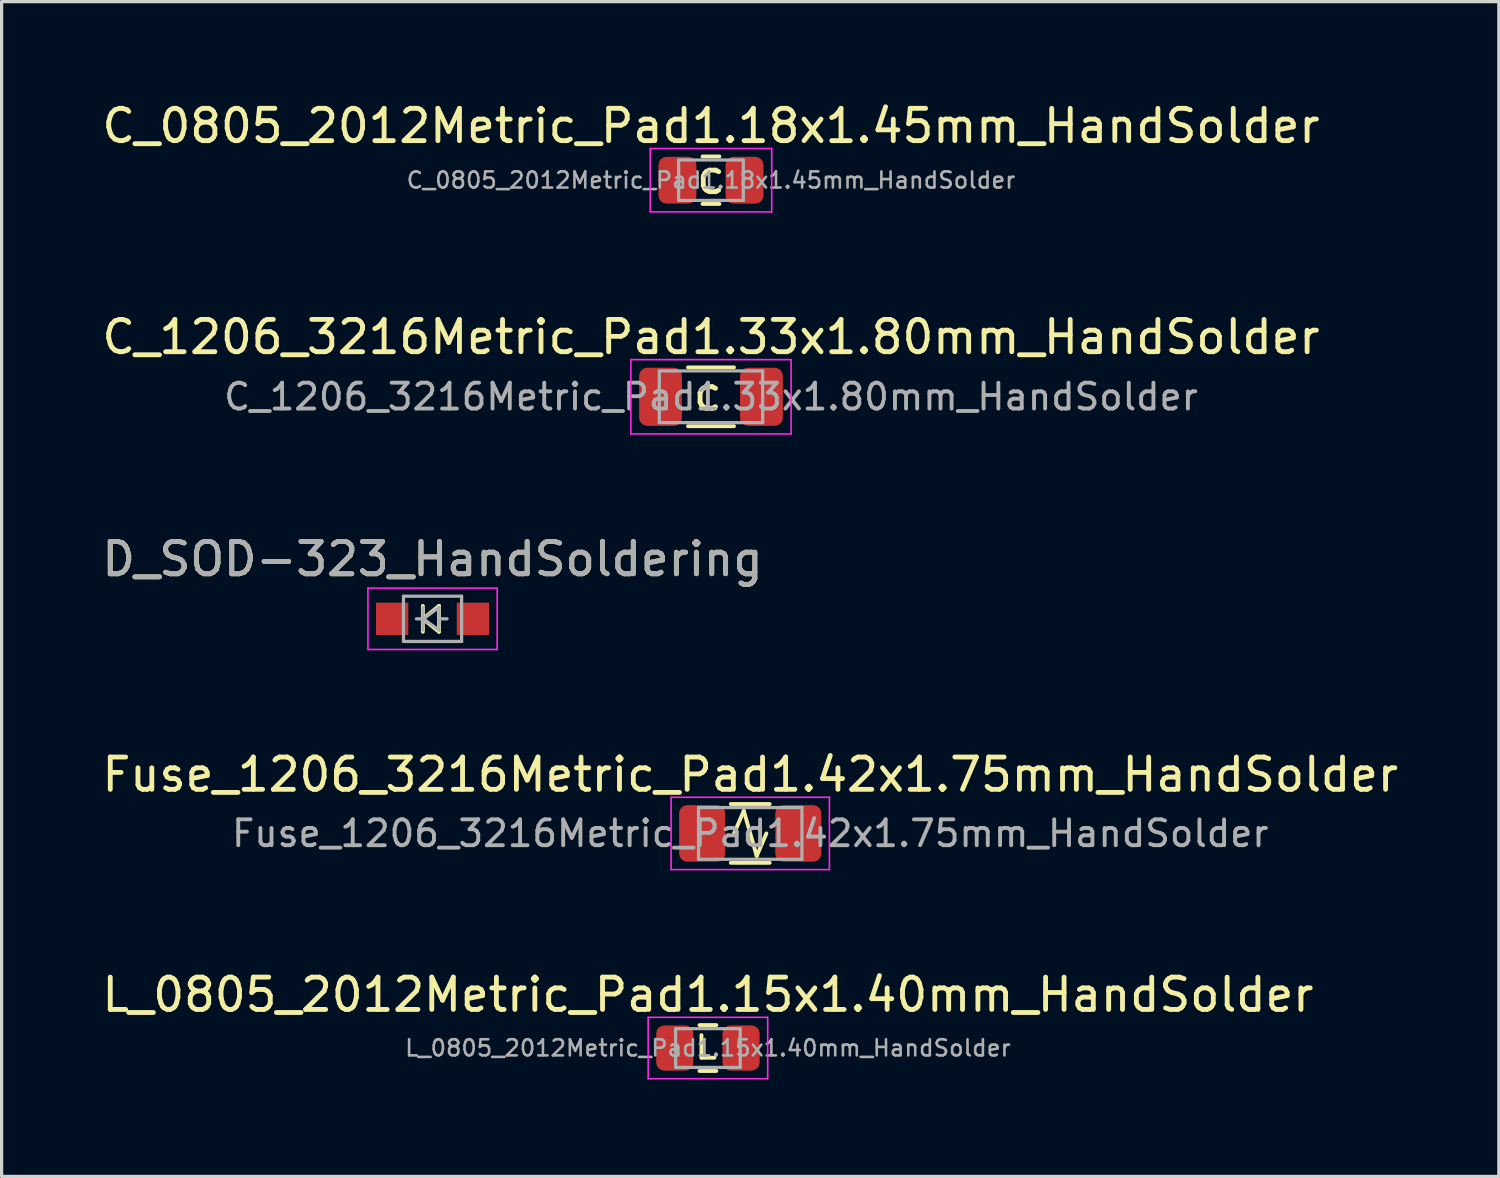
<source format=kicad_pcb>
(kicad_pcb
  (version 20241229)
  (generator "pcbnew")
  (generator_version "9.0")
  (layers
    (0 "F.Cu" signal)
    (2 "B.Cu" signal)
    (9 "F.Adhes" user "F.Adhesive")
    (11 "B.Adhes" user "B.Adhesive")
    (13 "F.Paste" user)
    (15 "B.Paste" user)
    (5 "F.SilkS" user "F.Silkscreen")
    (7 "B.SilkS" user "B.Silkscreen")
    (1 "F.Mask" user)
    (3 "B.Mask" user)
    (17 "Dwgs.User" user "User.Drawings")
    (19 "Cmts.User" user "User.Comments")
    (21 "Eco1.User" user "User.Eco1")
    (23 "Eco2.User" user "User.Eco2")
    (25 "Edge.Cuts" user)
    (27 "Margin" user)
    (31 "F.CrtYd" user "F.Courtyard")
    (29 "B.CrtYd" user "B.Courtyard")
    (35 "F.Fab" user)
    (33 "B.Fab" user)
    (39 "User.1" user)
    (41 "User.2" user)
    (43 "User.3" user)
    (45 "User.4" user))
  (footprint "D_SOD-323_HandSoldering"
    (layer "F.Cu")
    (at 10.339 16.105)
    (property "Reference" "D_SOD-323_HandSoldering" (at 0 -1.85 0) (layer "F.SilkS") (effects (font (size 1 1) (thickness 0.15))))
    (attr smd)
    (fp_line (start -0.3 0) (end -0.3 -0.4) (stroke (width 0.12) (type default)) (layer "F.SilkS"))
    (fp_line (start -0.3 0) (end -0.3 0.3) (stroke (width 0.12) (type default)) (layer "F.SilkS"))
    (fp_line (start -0.3 0) (end 0.2 -0.4) (stroke (width 0.12) (type default)) (layer "F.SilkS"))
    (fp_line (start -0.3 0.3) (end -0.3 0.4) (stroke (width 0.12) (type default)) (layer "F.SilkS"))
    (fp_line (start 0.2 -0.4) (end 0.2 0.4) (stroke (width 0.12) (type default)) (layer "F.SilkS"))
    (fp_line (start 0.2 0.4) (end -0.3 0) (stroke (width 0.12) (type default)) (layer "F.SilkS"))
    (fp_line (start -2 -0.95) (end -2 0.95) (stroke (width 0.05) (type solid)) (layer "F.CrtYd"))
    (fp_line (start -2 -0.95) (end 2 -0.95) (stroke (width 0.05) (type solid)) (layer "F.CrtYd"))
    (fp_line (start -2 0.95) (end 2 0.95) (stroke (width 0.05) (type solid)) (layer "F.CrtYd"))
    (fp_line (start 2 -0.95) (end 2 0.95) (stroke (width 0.05) (type solid)) (layer "F.CrtYd"))
    (fp_line (start -0.9 -0.7) (end 0.9 -0.7) (stroke (width 0.1) (type solid)) (layer "F.Fab"))
    (fp_line (start -0.9 0.7) (end -0.9 -0.7) (stroke (width 0.1) (type solid)) (layer "F.Fab"))
    (fp_line (start -0.3 -0.35) (end -0.3 0.35) (stroke (width 0.1) (type solid)) (layer "F.Fab"))
    (fp_line (start -0.3 0) (end -0.5 0) (stroke (width 0.1) (type solid)) (layer "F.Fab"))
    (fp_line (start -0.3 0) (end 0.2 -0.35) (stroke (width 0.1) (type solid)) (layer "F.Fab"))
    (fp_line (start 0.2 -0.35) (end 0.2 0.35) (stroke (width 0.1) (type solid)) (layer "F.Fab"))
    (fp_line (start 0.2 0) (end 0.45 0) (stroke (width 0.1) (type solid)) (layer "F.Fab"))
    (fp_line (start 0.2 0.35) (end -0.3 0) (stroke (width 0.1) (type solid)) (layer "F.Fab"))
    (fp_line (start 0.9 -0.7) (end 0.9 0.7) (stroke (width 0.1) (type solid)) (layer "F.Fab"))
    (fp_line (start 0.9 0.7) (end -0.9 0.7) (stroke (width 0.1) (type solid)) (layer "F.Fab"))
    (fp_text user "${REFERENCE}" (at 0 -1.85 0) (layer "F.Fab") (effects (font (size 1 1) (thickness 0.15))))
    (pad "1" smd rect (at -1.25 0) (size 1 1) (layers "F.Cu" "F.Mask" "F.Paste"))
    (pad "2" smd rect (at 1.25 0) (size 1 1) (layers "F.Cu" "F.Mask" "F.Paste")))
  (footprint "C_1206_3216Metric_Pad1.33x1.80mm_HandSolder"
    (layer "F.Cu")
    (at 18.958 9.232)
    (property "Reference" "C_1206_3216Metric_Pad1.33x1.80mm_HandSolder" (at 0 -1.85 0) (layer "F.SilkS") (effects (font (size 1 1) (thickness 0.15))))
    (attr smd)
    (fp_line (start -0.711 -0.91) (end 0.711 -0.91) (stroke (width 0.12) (type solid)) (layer "F.SilkS"))
    (fp_line (start -0.711 0.91) (end 0.711 0.91) (stroke (width 0.12) (type solid)) (layer "F.SilkS"))
    (fp_line (start -2.48 -1.15) (end 2.48 -1.15) (stroke (width 0.05) (type solid)) (layer "F.CrtYd"))
    (fp_line (start -2.48 1.15) (end -2.48 -1.15) (stroke (width 0.05) (type solid)) (layer "F.CrtYd"))
    (fp_line (start 2.48 -1.15) (end 2.48 1.15) (stroke (width 0.05) (type solid)) (layer "F.CrtYd"))
    (fp_line (start 2.48 1.15) (end -2.48 1.15) (stroke (width 0.05) (type solid)) (layer "F.CrtYd"))
    (fp_line (start -1.6 -0.8) (end 1.6 -0.8) (stroke (width 0.1) (type solid)) (layer "F.Fab"))
    (fp_line (start -1.6 0.8) (end -1.6 -0.8) (stroke (width 0.1) (type solid)) (layer "F.Fab"))
    (fp_line (start 1.6 -0.8) (end 1.6 0.8) (stroke (width 0.1) (type solid)) (layer "F.Fab"))
    (fp_line (start 1.6 0.8) (end -1.6 0.8) (stroke (width 0.1) (type solid)) (layer "F.Fab"))
    (fp_text user "c" (at -0.1 -0.1 0) (unlocked yes) (layer "F.SilkS") (effects (font (size 1 1) (thickness 0.15))))
    (fp_text user "${REFERENCE}" (at 0 0 0) (layer "F.Fab") (effects (font (size 0.8 0.8) (thickness 0.12))))
    (pad "1" smd roundrect (at -1.562 0) (size 1.325 1.8) (layers "F.Cu" "F.Mask" "F.Paste") (roundrect_rratio 0.189))
    (pad "2" smd roundrect (at 1.562 0) (size 1.325 1.8) (layers "F.Cu" "F.Mask" "F.Paste") (roundrect_rratio 0.189)))
  (footprint "L_0805_2012Metric_Pad1.15x1.40mm_HandSolder"
    (layer "F.Cu")
    (at 18.863 29.391)
    (property "Reference" "L_0805_2012Metric_Pad1.15x1.40mm_HandSolder" (at 0 -1.65 0) (layer "F.SilkS") (effects (font (size 1 1) (thickness 0.15))))
    (attr smd)
    (fp_line (start -0.261 -0.71) (end 0.261 -0.71) (stroke (width 0.12) (type solid)) (layer "F.SilkS"))
    (fp_line (start -0.261 0.71) (end 0.261 0.71) (stroke (width 0.12) (type solid)) (layer "F.SilkS"))
    (fp_line (start -0.2 -0.4) (end -0.2 0.3) (stroke (width 0.12) (type default)) (layer "F.SilkS"))
    (fp_line (start -0.2 0.3) (end 0.2 0.3) (stroke (width 0.12) (type default)) (layer "F.SilkS"))
    (fp_line (start -1.85 -0.95) (end 1.85 -0.95) (stroke (width 0.05) (type solid)) (layer "F.CrtYd"))
    (fp_line (start -1.85 0.95) (end -1.85 -0.95) (stroke (width 0.05) (type solid)) (layer "F.CrtYd"))
    (fp_line (start 1.85 -0.95) (end 1.85 0.95) (stroke (width 0.05) (type solid)) (layer "F.CrtYd"))
    (fp_line (start 1.85 0.95) (end -1.85 0.95) (stroke (width 0.05) (type solid)) (layer "F.CrtYd"))
    (fp_line (start -1 -0.6) (end 1 -0.6) (stroke (width 0.1) (type solid)) (layer "F.Fab"))
    (fp_line (start -1 0.6) (end -1 -0.6) (stroke (width 0.1) (type solid)) (layer "F.Fab"))
    (fp_line (start 1 -0.6) (end 1 0.6) (stroke (width 0.1) (type solid)) (layer "F.Fab"))
    (fp_line (start 1 0.6) (end -1 0.6) (stroke (width 0.1) (type solid)) (layer "F.Fab"))
    (fp_text user "${REFERENCE}" (at 0 0 0) (layer "F.Fab") (effects (font (size 0.5 0.5) (thickness 0.08))))
    (pad "1" smd roundrect (at -1.025 0) (size 1.15 1.4) (layers "F.Cu" "F.Mask" "F.Paste") (roundrect_rratio 0.217))
    (pad "2" smd roundrect (at 1.025 0) (size 1.15 1.4) (layers "F.Cu" "F.Mask" "F.Paste") (roundrect_rratio 0.217)))
  (footprint "C_0805_2012Metric_Pad1.18x1.45mm_HandSolder"
    (layer "F.Cu")
    (at 18.958 2.528)
    (property "Reference" "C_0805_2012Metric_Pad1.18x1.45mm_HandSolder" (at 0 -1.68 0) (layer "F.SilkS") (effects (font (size 1 1) (thickness 0.15))))
    (attr smd)
    (fp_line (start -0.261 -0.735) (end 0.261 -0.735) (stroke (width 0.12) (type solid)) (layer "F.SilkS"))
    (fp_line (start -0.261 0.735) (end 0.261 0.735) (stroke (width 0.12) (type solid)) (layer "F.SilkS"))
    (fp_line (start -1.88 -0.98) (end 1.88 -0.98) (stroke (width 0.05) (type solid)) (layer "F.CrtYd"))
    (fp_line (start -1.88 0.98) (end -1.88 -0.98) (stroke (width 0.05) (type solid)) (layer "F.CrtYd"))
    (fp_line (start 1.88 -0.98) (end 1.88 0.98) (stroke (width 0.05) (type solid)) (layer "F.CrtYd"))
    (fp_line (start 1.88 0.98) (end -1.88 0.98) (stroke (width 0.05) (type solid)) (layer "F.CrtYd"))
    (fp_line (start -1 -0.625) (end 1 -0.625) (stroke (width 0.1) (type solid)) (layer "F.Fab"))
    (fp_line (start -1 0.625) (end -1 -0.625) (stroke (width 0.1) (type solid)) (layer "F.Fab"))
    (fp_line (start 1 -0.625) (end 1 0.625) (stroke (width 0.1) (type solid)) (layer "F.Fab"))
    (fp_line (start 1 0.625) (end -1 0.625) (stroke (width 0.1) (type solid)) (layer "F.Fab"))
    (fp_text user "c" (at 0 -0.1 0) (unlocked yes) (layer "F.SilkS") (effects (font (size 1 1) (thickness 0.15))))
    (fp_text user "${REFERENCE}" (at 0 0 0) (layer "F.Fab") (effects (font (size 0.5 0.5) (thickness 0.08))))
    (pad "1" smd roundrect (at -1.038 0) (size 1.175 1.45) (layers "F.Cu" "F.Mask" "F.Paste") (roundrect_rratio 0.213))
    (pad "2" smd roundrect (at 1.038 0) (size 1.175 1.45) (layers "F.Cu" "F.Mask" "F.Paste") (roundrect_rratio 0.213)))
  (footprint "Fuse_1206_3216Metric_Pad1.42x1.75mm_HandSolder"
    (layer "F.Cu")
    (at 20.173 22.748)
    (property "Reference" "Fuse_1206_3216Metric_Pad1.42x1.75mm_HandSolder" (at 0 -1.82 0) (layer "F.SilkS") (effects (font (size 1 1) (thickness 0.15))))
    (attr smd)
    (fp_line (start -0.602 -0.91) (end 0.602 -0.91) (stroke (width 0.12) (type solid)) (layer "F.SilkS"))
    (fp_line (start -0.602 0.91) (end 0.602 0.91) (stroke (width 0.12) (type solid)) (layer "F.SilkS"))
    (fp_line (start -0.5 0) (end -0.2 -0.7) (stroke (width 0.12) (type default)) (layer "F.SilkS"))
    (fp_line (start -0.2 -0.7) (end 0.2 0.7) (stroke (width 0.12) (type default)) (layer "F.SilkS"))
    (fp_line (start 0.2 0.7) (end 0.5 0) (stroke (width 0.12) (type default)) (layer "F.SilkS"))
    (fp_line (start -2.45 -1.12) (end 2.45 -1.12) (stroke (width 0.05) (type solid)) (layer "F.CrtYd"))
    (fp_line (start -2.45 1.12) (end -2.45 -1.12) (stroke (width 0.05) (type solid)) (layer "F.CrtYd"))
    (fp_line (start 2.45 -1.12) (end 2.45 1.12) (stroke (width 0.05) (type solid)) (layer "F.CrtYd"))
    (fp_line (start 2.45 1.12) (end -2.45 1.12) (stroke (width 0.05) (type solid)) (layer "F.CrtYd"))
    (fp_line (start -1.6 -0.8) (end 1.6 -0.8) (stroke (width 0.1) (type solid)) (layer "F.Fab"))
    (fp_line (start -1.6 0.8) (end -1.6 -0.8) (stroke (width 0.1) (type solid)) (layer "F.Fab"))
    (fp_line (start 1.6 -0.8) (end 1.6 0.8) (stroke (width 0.1) (type solid)) (layer "F.Fab"))
    (fp_line (start 1.6 0.8) (end -1.6 0.8) (stroke (width 0.1) (type solid)) (layer "F.Fab"))
    (fp_text user "${REFERENCE}" (at 0 0 0) (layer "F.Fab") (effects (font (size 0.8 0.8) (thickness 0.12))))
    (pad "1" smd roundrect (at -1.488 0) (size 1.425 1.75) (layers "F.Cu" "F.Mask" "F.Paste") (roundrect_rratio 0.175))
    (pad "2" smd roundrect (at 1.488 0) (size 1.425 1.75) (layers "F.Cu" "F.Mask" "F.Paste") (roundrect_rratio 0.175)))
  (gr_rect
    (start -3 -3)
    (end 43.345 33.366)
    (stroke (width 0.1) (type default))
    (fill no)
    (layer "Edge.Cuts")))
</source>
